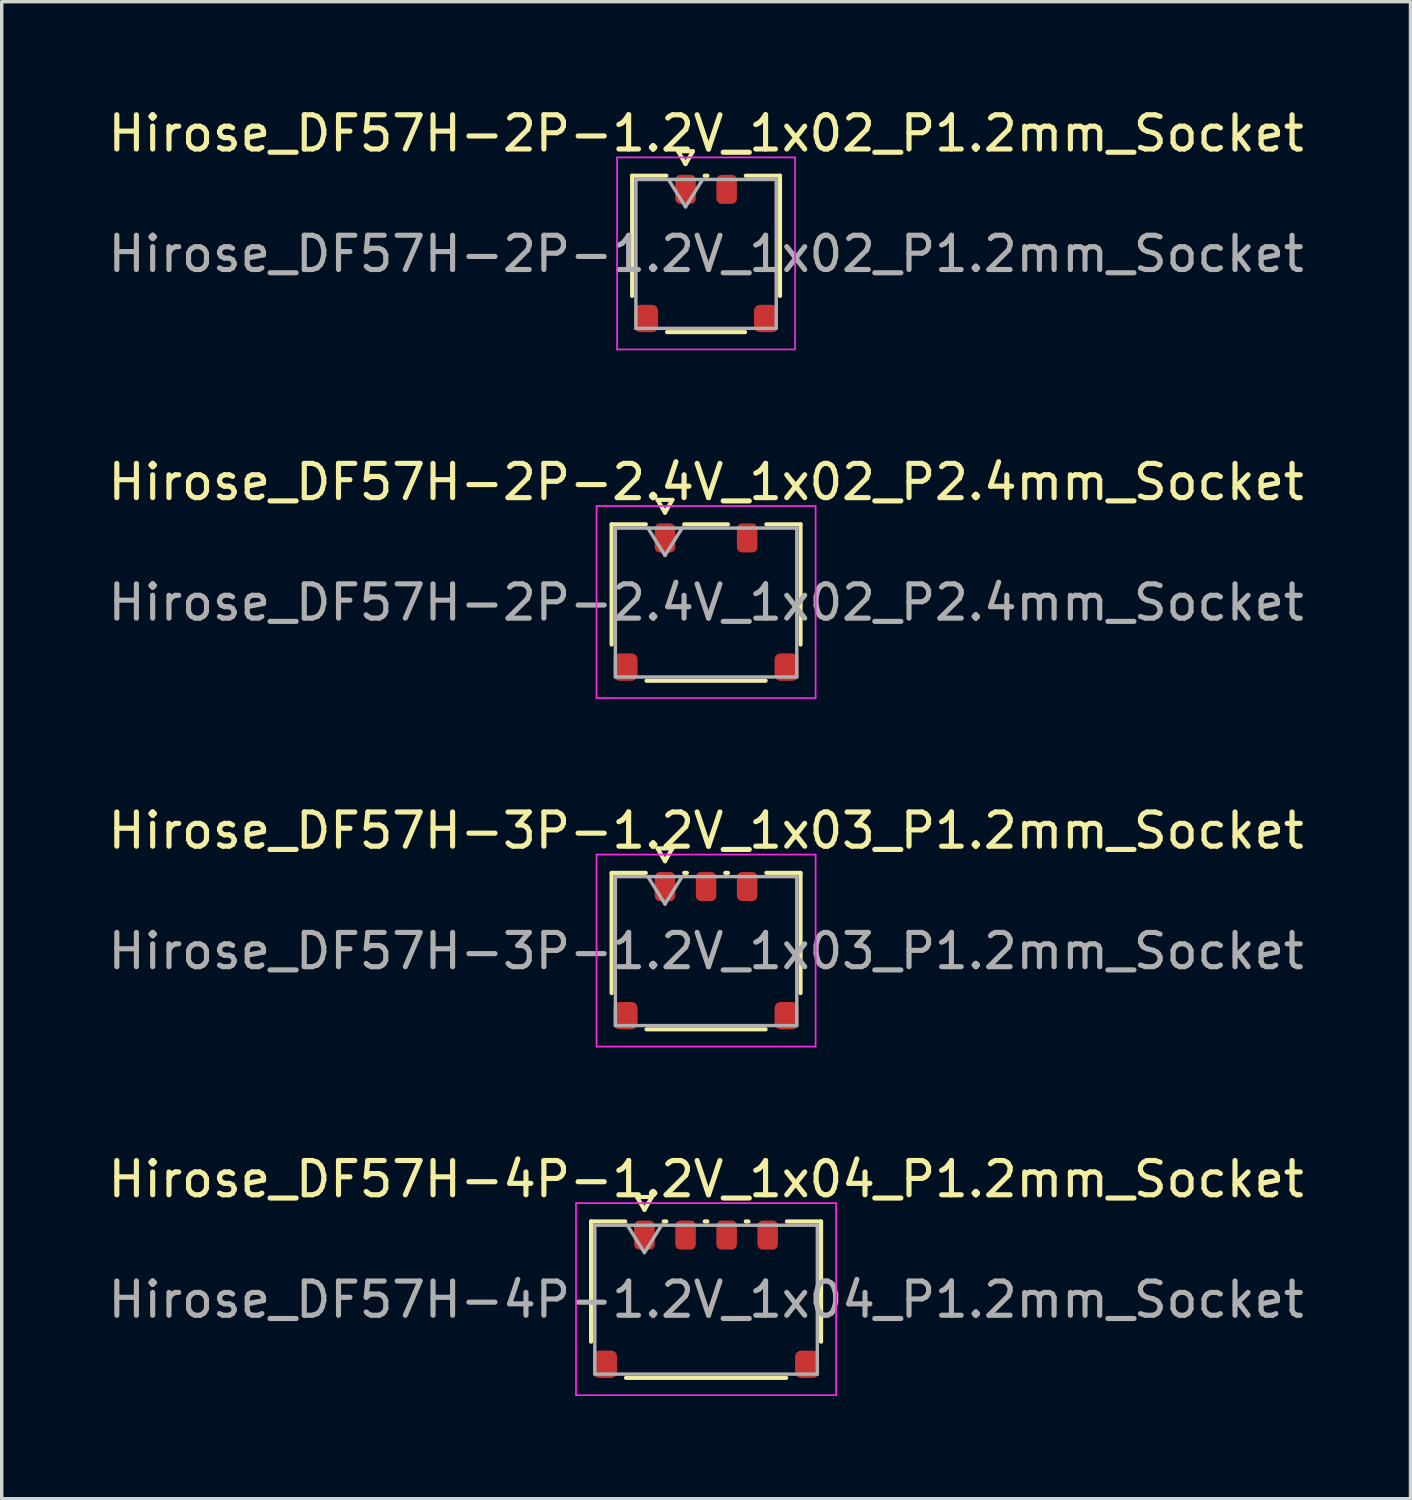
<source format=kicad_pcb>
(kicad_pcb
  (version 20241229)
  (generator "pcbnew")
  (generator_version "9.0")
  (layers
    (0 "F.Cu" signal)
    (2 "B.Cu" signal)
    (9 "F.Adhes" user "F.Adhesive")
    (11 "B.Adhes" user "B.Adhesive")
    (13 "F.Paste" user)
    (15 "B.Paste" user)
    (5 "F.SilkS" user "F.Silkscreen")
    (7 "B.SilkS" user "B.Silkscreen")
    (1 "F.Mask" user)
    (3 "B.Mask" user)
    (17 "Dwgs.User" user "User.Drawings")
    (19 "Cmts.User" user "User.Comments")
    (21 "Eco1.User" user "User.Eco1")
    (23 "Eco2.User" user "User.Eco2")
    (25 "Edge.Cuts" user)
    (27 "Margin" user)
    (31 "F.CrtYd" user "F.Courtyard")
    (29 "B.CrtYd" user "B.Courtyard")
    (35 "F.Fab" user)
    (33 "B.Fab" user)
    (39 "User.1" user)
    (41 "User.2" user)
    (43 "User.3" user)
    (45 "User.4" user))
  (footprint "Hirose_DF57H-2P-2.4V_1x02_P2.4mm_Socket"
    (layer "F.Cu")
    (at 17.577 14.552)
    (property "Reference" "Hirose_DF57H-2P-2.4V_1x02_P2.4mm_Socket" (at 0 -3.52 0) (layer "F.SilkS") (effects (font (size 1 1) (thickness 0.15))))
    (attr smd)
    (fp_line (start -2.76 -2.285) (end -1.76 -2.285) (stroke (width 0.12) (type solid)) (layer "F.SilkS"))
    (fp_line (start -2.76 1.228) (end -2.76 -2.285) (stroke (width 0.12) (type solid)) (layer "F.SilkS"))
    (fp_line (start -1.417 -3) (end -1.2 -2.625) (stroke (width 0.12) (type solid)) (layer "F.SilkS"))
    (fp_line (start -1.2 -2.625) (end -0.983 -3) (stroke (width 0.12) (type solid)) (layer "F.SilkS"))
    (fp_line (start -0.983 -3) (end -1.417 -3) (stroke (width 0.12) (type solid)) (layer "F.SilkS"))
    (fp_line (start -0.64 -2.285) (end 0.64 -2.285) (stroke (width 0.12) (type solid)) (layer "F.SilkS"))
    (fp_line (start 1.74 2.285) (end -1.74 2.285) (stroke (width 0.12) (type solid)) (layer "F.SilkS"))
    (fp_line (start 1.76 -2.285) (end 2.76 -2.285) (stroke (width 0.12) (type solid)) (layer "F.SilkS"))
    (fp_line (start 2.76 -2.285) (end 2.76 1.228) (stroke (width 0.12) (type solid)) (layer "F.SilkS"))
    (fp_line (start -3.2 -2.82) (end -3.2 2.79) (stroke (width 0.05) (type solid)) (layer "F.CrtYd"))
    (fp_line (start -3.2 2.79) (end 3.2 2.79) (stroke (width 0.05) (type solid)) (layer "F.CrtYd"))
    (fp_line (start 3.2 -2.82) (end -3.2 -2.82) (stroke (width 0.05) (type solid)) (layer "F.CrtYd"))
    (fp_line (start 3.2 2.79) (end 3.2 -2.82) (stroke (width 0.05) (type solid)) (layer "F.CrtYd"))
    (fp_line (start -2.65 -2.175) (end 2.65 -2.175) (stroke (width 0.1) (type solid)) (layer "F.Fab"))
    (fp_line (start -2.65 2.175) (end -2.65 -2.175) (stroke (width 0.1) (type solid)) (layer "F.Fab"))
    (fp_line (start -1.7 -2.175) (end -1.2 -1.375) (stroke (width 0.1) (type solid)) (layer "F.Fab"))
    (fp_line (start -1.2 -1.375) (end -0.7 -2.175) (stroke (width 0.1) (type solid)) (layer "F.Fab"))
    (fp_line (start 2.65 -2.175) (end 2.65 2.175) (stroke (width 0.1) (type solid)) (layer "F.Fab"))
    (fp_line (start 2.65 2.175) (end -2.65 2.175) (stroke (width 0.1) (type solid)) (layer "F.Fab"))
    (fp_text user "${REFERENCE}" (at 0 0 0) (layer "F.Fab") (effects (font (size 1 1) (thickness 0.15))))
    (pad "" smd roundrect (at -2.35 1.887) (size 0.7 0.8) (layers "F.Cu" "F.Mask" "F.Paste") (roundrect_rratio 0.25))
    (pad "" smd roundrect (at 2.35 1.887) (size 0.7 0.8) (layers "F.Cu" "F.Mask" "F.Paste") (roundrect_rratio 0.25))
    (pad "1" smd roundrect (at -1.2 -1.887) (size 0.6 0.85) (layers "F.Cu" "F.Mask" "F.Paste") (roundrect_rratio 0.25))
    (pad "2" smd roundrect (at 1.2 -1.887) (size 0.6 0.85) (layers "F.Cu" "F.Mask" "F.Paste") (roundrect_rratio 0.25))
    (zone (net_name "") (layer "F.Cu") (name "keepout") (hatch edge 0.5) (connect_pads) (min_thickness 0.25) (filled_areas_thickness no) (keepout (tracks not_allowed) (vias not_allowed) (pads allowed) (copperpour not_allowed) (footprints allowed)) (placement (enabled no)) (fill) (polygon (pts (xy 15.727 13.089) (xy 19.427 13.089) (xy 19.427 14.289) (xy 15.727 14.289)))))
  (footprint "Hirose_DF57H-3P-1.2V_1x03_P1.2mm_Socket"
    (layer "F.Cu")
    (at 17.577 24.735)
    (property "Reference" "Hirose_DF57H-3P-1.2V_1x03_P1.2mm_Socket" (at 0 -3.52 0) (layer "F.SilkS") (effects (font (size 1 1) (thickness 0.15))))
    (attr smd)
    (fp_line (start -2.76 -2.285) (end -1.76 -2.285) (stroke (width 0.12) (type solid)) (layer "F.SilkS"))
    (fp_line (start -2.76 1.228) (end -2.76 -2.285) (stroke (width 0.12) (type solid)) (layer "F.SilkS"))
    (fp_line (start -1.417 -3) (end -1.2 -2.625) (stroke (width 0.12) (type solid)) (layer "F.SilkS"))
    (fp_line (start -1.2 -2.625) (end -0.983 -3) (stroke (width 0.12) (type solid)) (layer "F.SilkS"))
    (fp_line (start -0.983 -3) (end -1.417 -3) (stroke (width 0.12) (type solid)) (layer "F.SilkS"))
    (fp_line (start -0.64 -2.285) (end -0.56 -2.285) (stroke (width 0.12) (type solid)) (layer "F.SilkS"))
    (fp_line (start 0.56 -2.285) (end 0.64 -2.285) (stroke (width 0.12) (type solid)) (layer "F.SilkS"))
    (fp_line (start 1.74 2.285) (end -1.74 2.285) (stroke (width 0.12) (type solid)) (layer "F.SilkS"))
    (fp_line (start 1.76 -2.285) (end 2.76 -2.285) (stroke (width 0.12) (type solid)) (layer "F.SilkS"))
    (fp_line (start 2.76 -2.285) (end 2.76 1.228) (stroke (width 0.12) (type solid)) (layer "F.SilkS"))
    (fp_line (start -3.2 -2.82) (end -3.2 2.79) (stroke (width 0.05) (type solid)) (layer "F.CrtYd"))
    (fp_line (start -3.2 2.79) (end 3.2 2.79) (stroke (width 0.05) (type solid)) (layer "F.CrtYd"))
    (fp_line (start 3.2 -2.82) (end -3.2 -2.82) (stroke (width 0.05) (type solid)) (layer "F.CrtYd"))
    (fp_line (start 3.2 2.79) (end 3.2 -2.82) (stroke (width 0.05) (type solid)) (layer "F.CrtYd"))
    (fp_line (start -2.65 -2.175) (end 2.65 -2.175) (stroke (width 0.1) (type solid)) (layer "F.Fab"))
    (fp_line (start -2.65 2.175) (end -2.65 -2.175) (stroke (width 0.1) (type solid)) (layer "F.Fab"))
    (fp_line (start -1.7 -2.175) (end -1.2 -1.375) (stroke (width 0.1) (type solid)) (layer "F.Fab"))
    (fp_line (start -1.2 -1.375) (end -0.7 -2.175) (stroke (width 0.1) (type solid)) (layer "F.Fab"))
    (fp_line (start 2.65 -2.175) (end 2.65 2.175) (stroke (width 0.1) (type solid)) (layer "F.Fab"))
    (fp_line (start 2.65 2.175) (end -2.65 2.175) (stroke (width 0.1) (type solid)) (layer "F.Fab"))
    (fp_text user "${REFERENCE}" (at 0 0 0) (layer "F.Fab") (effects (font (size 1 1) (thickness 0.15))))
    (pad "" smd roundrect (at -2.35 1.887) (size 0.7 0.8) (layers "F.Cu" "F.Mask" "F.Paste") (roundrect_rratio 0.25))
    (pad "" smd roundrect (at 2.35 1.887) (size 0.7 0.8) (layers "F.Cu" "F.Mask" "F.Paste") (roundrect_rratio 0.25))
    (pad "1" smd roundrect (at -1.2 -1.887) (size 0.6 0.85) (layers "F.Cu" "F.Mask" "F.Paste") (roundrect_rratio 0.25))
    (pad "2" smd roundrect (at 0 -1.887) (size 0.6 0.85) (layers "F.Cu" "F.Mask" "F.Paste") (roundrect_rratio 0.25))
    (pad "3" smd roundrect (at 1.2 -1.887) (size 0.6 0.85) (layers "F.Cu" "F.Mask" "F.Paste") (roundrect_rratio 0.25))
    (zone (net_name "") (layer "F.Cu") (name "keepout") (hatch edge 0.5) (connect_pads) (min_thickness 0.25) (filled_areas_thickness no) (keepout (tracks not_allowed) (vias not_allowed) (pads allowed) (copperpour not_allowed) (footprints allowed)) (placement (enabled no)) (fill) (polygon (pts (xy 15.727 23.272) (xy 19.427 23.272) (xy 19.427 24.472) (xy 15.727 24.472)))))
  (footprint "Hirose_DF57H-2P-1.2V_1x02_P1.2mm_Socket"
    (layer "F.Cu")
    (at 17.577 4.368)
    (property "Reference" "Hirose_DF57H-2P-1.2V_1x02_P1.2mm_Socket" (at 0 -3.52 0) (layer "F.SilkS") (effects (font (size 1 1) (thickness 0.15))))
    (attr smd)
    (fp_line (start -2.16 -2.285) (end -1.16 -2.285) (stroke (width 0.12) (type solid)) (layer "F.SilkS"))
    (fp_line (start -2.16 1.228) (end -2.16 -2.285) (stroke (width 0.12) (type solid)) (layer "F.SilkS"))
    (fp_line (start -0.817 -3) (end -0.6 -2.625) (stroke (width 0.12) (type solid)) (layer "F.SilkS"))
    (fp_line (start -0.6 -2.625) (end -0.383 -3) (stroke (width 0.12) (type solid)) (layer "F.SilkS"))
    (fp_line (start -0.383 -3) (end -0.817 -3) (stroke (width 0.12) (type solid)) (layer "F.SilkS"))
    (fp_line (start -0.04 -2.285) (end 0.04 -2.285) (stroke (width 0.12) (type solid)) (layer "F.SilkS"))
    (fp_line (start 1.14 2.285) (end -1.14 2.285) (stroke (width 0.12) (type solid)) (layer "F.SilkS"))
    (fp_line (start 1.16 -2.285) (end 2.16 -2.285) (stroke (width 0.12) (type solid)) (layer "F.SilkS"))
    (fp_line (start 2.16 -2.285) (end 2.16 1.228) (stroke (width 0.12) (type solid)) (layer "F.SilkS"))
    (fp_line (start -2.6 -2.82) (end -2.6 2.79) (stroke (width 0.05) (type solid)) (layer "F.CrtYd"))
    (fp_line (start -2.6 2.79) (end 2.6 2.79) (stroke (width 0.05) (type solid)) (layer "F.CrtYd"))
    (fp_line (start 2.6 -2.82) (end -2.6 -2.82) (stroke (width 0.05) (type solid)) (layer "F.CrtYd"))
    (fp_line (start 2.6 2.79) (end 2.6 -2.82) (stroke (width 0.05) (type solid)) (layer "F.CrtYd"))
    (fp_line (start -2.05 -2.175) (end 2.05 -2.175) (stroke (width 0.1) (type solid)) (layer "F.Fab"))
    (fp_line (start -2.05 2.175) (end -2.05 -2.175) (stroke (width 0.1) (type solid)) (layer "F.Fab"))
    (fp_line (start -1.1 -2.175) (end -0.6 -1.375) (stroke (width 0.1) (type solid)) (layer "F.Fab"))
    (fp_line (start -0.6 -1.375) (end -0.1 -2.175) (stroke (width 0.1) (type solid)) (layer "F.Fab"))
    (fp_line (start 2.05 -2.175) (end 2.05 2.175) (stroke (width 0.1) (type solid)) (layer "F.Fab"))
    (fp_line (start 2.05 2.175) (end -2.05 2.175) (stroke (width 0.1) (type solid)) (layer "F.Fab"))
    (fp_text user "${REFERENCE}" (at 0 0 0) (layer "F.Fab") (effects (font (size 1 1) (thickness 0.15))))
    (pad "" smd roundrect (at -1.75 1.887) (size 0.7 0.8) (layers "F.Cu" "F.Mask" "F.Paste") (roundrect_rratio 0.25))
    (pad "" smd roundrect (at 1.75 1.887) (size 0.7 0.8) (layers "F.Cu" "F.Mask" "F.Paste") (roundrect_rratio 0.25))
    (pad "1" smd roundrect (at -0.6 -1.887) (size 0.6 0.85) (layers "F.Cu" "F.Mask" "F.Paste") (roundrect_rratio 0.25))
    (pad "2" smd roundrect (at 0.6 -1.887) (size 0.6 0.85) (layers "F.Cu" "F.Mask" "F.Paste") (roundrect_rratio 0.25))
    (zone (net_name "") (layer "F.Cu") (name "keepout") (hatch edge 0.5) (connect_pads) (min_thickness 0.25) (filled_areas_thickness no) (keepout (tracks not_allowed) (vias not_allowed) (pads allowed) (copperpour not_allowed) (footprints allowed)) (placement (enabled no)) (fill) (polygon (pts (xy 16.327 2.906) (xy 18.827 2.906) (xy 18.827 4.106) (xy 16.327 4.106)))))
  (footprint "Hirose_DF57H-4P-1.2V_1x04_P1.2mm_Socket"
    (layer "F.Cu")
    (at 17.577 34.918)
    (property "Reference" "Hirose_DF57H-4P-1.2V_1x04_P1.2mm_Socket" (at 0 -3.52 0) (layer "F.SilkS") (effects (font (size 1 1) (thickness 0.15))))
    (attr smd)
    (fp_line (start -3.36 -2.285) (end -2.36 -2.285) (stroke (width 0.12) (type solid)) (layer "F.SilkS"))
    (fp_line (start -3.36 1.228) (end -3.36 -2.285) (stroke (width 0.12) (type solid)) (layer "F.SilkS"))
    (fp_line (start -2.017 -3) (end -1.8 -2.625) (stroke (width 0.12) (type solid)) (layer "F.SilkS"))
    (fp_line (start -1.8 -2.625) (end -1.583 -3) (stroke (width 0.12) (type solid)) (layer "F.SilkS"))
    (fp_line (start -1.583 -3) (end -2.017 -3) (stroke (width 0.12) (type solid)) (layer "F.SilkS"))
    (fp_line (start -1.24 -2.285) (end -1.16 -2.285) (stroke (width 0.12) (type solid)) (layer "F.SilkS"))
    (fp_line (start -0.04 -2.285) (end 0.04 -2.285) (stroke (width 0.12) (type solid)) (layer "F.SilkS"))
    (fp_line (start 1.16 -2.285) (end 1.24 -2.285) (stroke (width 0.12) (type solid)) (layer "F.SilkS"))
    (fp_line (start 2.34 2.285) (end -2.34 2.285) (stroke (width 0.12) (type solid)) (layer "F.SilkS"))
    (fp_line (start 2.36 -2.285) (end 3.36 -2.285) (stroke (width 0.12) (type solid)) (layer "F.SilkS"))
    (fp_line (start 3.36 -2.285) (end 3.36 1.228) (stroke (width 0.12) (type solid)) (layer "F.SilkS"))
    (fp_line (start -3.8 -2.82) (end -3.8 2.79) (stroke (width 0.05) (type solid)) (layer "F.CrtYd"))
    (fp_line (start -3.8 2.79) (end 3.8 2.79) (stroke (width 0.05) (type solid)) (layer "F.CrtYd"))
    (fp_line (start 3.8 -2.82) (end -3.8 -2.82) (stroke (width 0.05) (type solid)) (layer "F.CrtYd"))
    (fp_line (start 3.8 2.79) (end 3.8 -2.82) (stroke (width 0.05) (type solid)) (layer "F.CrtYd"))
    (fp_line (start -3.25 -2.175) (end 3.25 -2.175) (stroke (width 0.1) (type solid)) (layer "F.Fab"))
    (fp_line (start -3.25 2.175) (end -3.25 -2.175) (stroke (width 0.1) (type solid)) (layer "F.Fab"))
    (fp_line (start -2.3 -2.175) (end -1.8 -1.375) (stroke (width 0.1) (type solid)) (layer "F.Fab"))
    (fp_line (start -1.8 -1.375) (end -1.3 -2.175) (stroke (width 0.1) (type solid)) (layer "F.Fab"))
    (fp_line (start 3.25 -2.175) (end 3.25 2.175) (stroke (width 0.1) (type solid)) (layer "F.Fab"))
    (fp_line (start 3.25 2.175) (end -3.25 2.175) (stroke (width 0.1) (type solid)) (layer "F.Fab"))
    (fp_text user "${REFERENCE}" (at 0 0 0) (layer "F.Fab") (effects (font (size 1 1) (thickness 0.15))))
    (pad "" smd roundrect (at -2.95 1.887) (size 0.7 0.8) (layers "F.Cu" "F.Mask" "F.Paste") (roundrect_rratio 0.25))
    (pad "" smd roundrect (at 2.95 1.887) (size 0.7 0.8) (layers "F.Cu" "F.Mask" "F.Paste") (roundrect_rratio 0.25))
    (pad "1" smd roundrect (at -1.8 -1.887) (size 0.6 0.85) (layers "F.Cu" "F.Mask" "F.Paste") (roundrect_rratio 0.25))
    (pad "2" smd roundrect (at -0.6 -1.887) (size 0.6 0.85) (layers "F.Cu" "F.Mask" "F.Paste") (roundrect_rratio 0.25))
    (pad "3" smd roundrect (at 0.6 -1.887) (size 0.6 0.85) (layers "F.Cu" "F.Mask" "F.Paste") (roundrect_rratio 0.25))
    (pad "4" smd roundrect (at 1.8 -1.887) (size 0.6 0.85) (layers "F.Cu" "F.Mask" "F.Paste") (roundrect_rratio 0.25))
    (zone (net_name "") (layer "F.Cu") (name "keepout") (hatch edge 0.5) (connect_pads) (min_thickness 0.25) (filled_areas_thickness no) (keepout (tracks not_allowed) (vias not_allowed) (pads allowed) (copperpour not_allowed) (footprints allowed)) (placement (enabled no)) (fill) (polygon (pts (xy 15.127 33.456) (xy 20.027 33.456) (xy 20.027 34.656) (xy 15.127 34.656)))))
  (gr_rect
    (start -3 -3)
    (end 38.155 40.733)
    (stroke (width 0.1) (type default))
    (fill no)
    (layer "Edge.Cuts")))
</source>
